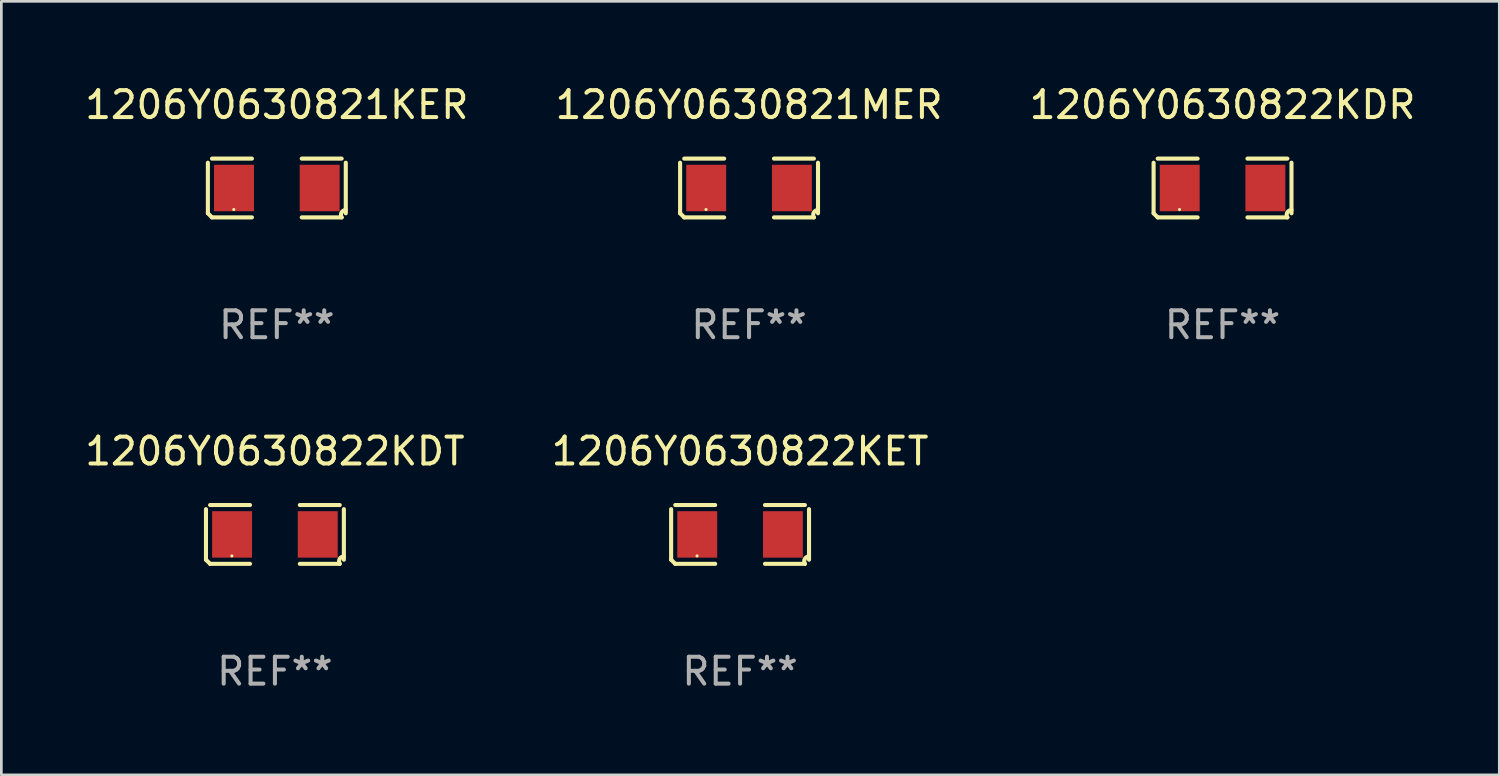
<source format=kicad_pcb>
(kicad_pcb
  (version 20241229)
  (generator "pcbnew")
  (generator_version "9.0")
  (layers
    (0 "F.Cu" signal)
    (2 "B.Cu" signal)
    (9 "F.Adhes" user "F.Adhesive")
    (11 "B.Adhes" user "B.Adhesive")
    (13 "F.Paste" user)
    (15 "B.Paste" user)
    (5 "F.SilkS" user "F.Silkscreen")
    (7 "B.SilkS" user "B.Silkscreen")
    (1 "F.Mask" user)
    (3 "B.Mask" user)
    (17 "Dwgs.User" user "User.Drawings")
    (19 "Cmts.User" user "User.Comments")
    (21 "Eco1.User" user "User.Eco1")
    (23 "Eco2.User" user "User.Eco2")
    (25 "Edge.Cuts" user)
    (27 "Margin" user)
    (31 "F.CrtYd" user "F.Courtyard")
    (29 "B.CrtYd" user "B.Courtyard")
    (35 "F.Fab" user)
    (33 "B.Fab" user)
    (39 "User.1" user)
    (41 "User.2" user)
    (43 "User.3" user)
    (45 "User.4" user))
  (footprint "1206Y0630821KER"
    (layer "F.Cu")
    (at 7.244 3.941)
    (property "Reference" "1206Y0630821KER" (at 0 -3.093 0) (layer "F.SilkS") (effects (font (size 1 1) (thickness 0.15))))
    (attr through_hole)
    (fp_line (start -2.564 0.94) (end -2.564 -0.94) (stroke (width 0.152) (type solid)) (layer "F.SilkS"))
    (fp_line (start -2.411 -1.093) (end -0.926 -1.093) (stroke (width 0.152) (type solid)) (layer "F.SilkS"))
    (fp_line (start -0.926 1.093) (end -2.411 1.093) (stroke (width 0.152) (type solid)) (layer "F.SilkS"))
    (fp_line (start 0.926 1.093) (end 2.411 1.093) (stroke (width 0.152) (type solid)) (layer "F.SilkS"))
    (fp_line (start 2.411 -1.093) (end 0.926 -1.093) (stroke (width 0.152) (type solid)) (layer "F.SilkS"))
    (fp_line (start 2.564 0.94) (end 2.564 -0.94) (stroke (width 0.152) (type solid)) (layer "F.SilkS"))
    (fp_arc (start -2.411201 1.092609) (mid -2.487413 1.01642) (end -2.563602 0.940208) (stroke (width 0.1524) (type solid)) (layer "F.SilkS"))
    (fp_arc (start 2.411201 1.092609) (mid 2.407159 0.911226) (end 2.563602 0.819347) (stroke (width 0.1524) (type solid)) (layer "F.SilkS"))
    (fp_circle (center -1.6 0.8) (end -1.57 0.8) (stroke (width 0.06) (type solid)) (fill no) (layer "F.SilkS"))
    (fp_text user "REF**" (at 0 5.093 0) (layer "F.Fab") (effects (font (size 1 1) (thickness 0.15))))
    (pad "1" smd rect (at -1.593 0) (size 1.485 1.728) (layers "F.Cu" "F.Mask" "F.Paste"))
    (pad "2" smd rect (at 1.593 0) (size 1.485 1.728) (layers "F.Cu" "F.Mask" "F.Paste")))
  (footprint "1206Y0630822KDT"
    (layer "F.Cu")
    (at 7.173 16.823)
    (property "Reference" "1206Y0630822KDT" (at 0 -3.093 0) (layer "F.SilkS") (effects (font (size 1 1) (thickness 0.15))))
    (attr through_hole)
    (fp_line (start -2.564 0.94) (end -2.564 -0.94) (stroke (width 0.152) (type solid)) (layer "F.SilkS"))
    (fp_line (start -2.411 -1.093) (end -0.926 -1.093) (stroke (width 0.152) (type solid)) (layer "F.SilkS"))
    (fp_line (start -0.926 1.093) (end -2.411 1.093) (stroke (width 0.152) (type solid)) (layer "F.SilkS"))
    (fp_line (start 0.926 1.093) (end 2.411 1.093) (stroke (width 0.152) (type solid)) (layer "F.SilkS"))
    (fp_line (start 2.411 -1.093) (end 0.926 -1.093) (stroke (width 0.152) (type solid)) (layer "F.SilkS"))
    (fp_line (start 2.564 0.94) (end 2.564 -0.94) (stroke (width 0.152) (type solid)) (layer "F.SilkS"))
    (fp_arc (start -2.411201 1.092609) (mid -2.487413 1.01642) (end -2.563602 0.940208) (stroke (width 0.1524) (type solid)) (layer "F.SilkS"))
    (fp_arc (start 2.411201 1.092609) (mid 2.407159 0.911226) (end 2.563602 0.819347) (stroke (width 0.1524) (type solid)) (layer "F.SilkS"))
    (fp_circle (center -1.6 0.8) (end -1.57 0.8) (stroke (width 0.06) (type solid)) (fill no) (layer "F.SilkS"))
    (fp_text user "REF**" (at 0 5.093 0) (layer "F.Fab") (effects (font (size 1 1) (thickness 0.15))))
    (pad "1" smd rect (at -1.593 0) (size 1.485 1.728) (layers "F.Cu" "F.Mask" "F.Paste"))
    (pad "2" smd rect (at 1.593 0) (size 1.485 1.728) (layers "F.Cu" "F.Mask" "F.Paste")))
  (footprint "1206Y0630822KET"
    (layer "F.Cu")
    (at 24.47 16.823)
    (property "Reference" "1206Y0630822KET" (at 0 -3.093 0) (layer "F.SilkS") (effects (font (size 1 1) (thickness 0.15))))
    (attr through_hole)
    (fp_line (start -2.564 0.94) (end -2.564 -0.94) (stroke (width 0.152) (type solid)) (layer "F.SilkS"))
    (fp_line (start -2.411 -1.093) (end -0.926 -1.093) (stroke (width 0.152) (type solid)) (layer "F.SilkS"))
    (fp_line (start -0.926 1.093) (end -2.411 1.093) (stroke (width 0.152) (type solid)) (layer "F.SilkS"))
    (fp_line (start 0.926 1.093) (end 2.411 1.093) (stroke (width 0.152) (type solid)) (layer "F.SilkS"))
    (fp_line (start 2.411 -1.093) (end 0.926 -1.093) (stroke (width 0.152) (type solid)) (layer "F.SilkS"))
    (fp_line (start 2.564 0.94) (end 2.564 -0.94) (stroke (width 0.152) (type solid)) (layer "F.SilkS"))
    (fp_arc (start -2.411201 1.092609) (mid -2.487413 1.01642) (end -2.563602 0.940208) (stroke (width 0.1524) (type solid)) (layer "F.SilkS"))
    (fp_arc (start 2.411201 1.092609) (mid 2.407159 0.911226) (end 2.563602 0.819347) (stroke (width 0.1524) (type solid)) (layer "F.SilkS"))
    (fp_circle (center -1.6 0.8) (end -1.57 0.8) (stroke (width 0.06) (type solid)) (fill no) (layer "F.SilkS"))
    (fp_text user "REF**" (at 0 5.093 0) (layer "F.Fab") (effects (font (size 1 1) (thickness 0.15))))
    (pad "1" smd rect (at -1.593 0) (size 1.485 1.728) (layers "F.Cu" "F.Mask" "F.Paste"))
    (pad "2" smd rect (at 1.593 0) (size 1.485 1.728) (layers "F.Cu" "F.Mask" "F.Paste")))
  (footprint "1206Y0630821MER"
    (layer "F.Cu")
    (at 24.804 3.941)
    (property "Reference" "1206Y0630821MER" (at 0 -3.093 0) (layer "F.SilkS") (effects (font (size 1 1) (thickness 0.15))))
    (attr through_hole)
    (fp_line (start -2.564 0.94) (end -2.564 -0.94) (stroke (width 0.152) (type solid)) (layer "F.SilkS"))
    (fp_line (start -2.411 -1.093) (end -0.926 -1.093) (stroke (width 0.152) (type solid)) (layer "F.SilkS"))
    (fp_line (start -0.926 1.093) (end -2.411 1.093) (stroke (width 0.152) (type solid)) (layer "F.SilkS"))
    (fp_line (start 0.926 1.093) (end 2.411 1.093) (stroke (width 0.152) (type solid)) (layer "F.SilkS"))
    (fp_line (start 2.411 -1.093) (end 0.926 -1.093) (stroke (width 0.152) (type solid)) (layer "F.SilkS"))
    (fp_line (start 2.564 0.94) (end 2.564 -0.94) (stroke (width 0.152) (type solid)) (layer "F.SilkS"))
    (fp_arc (start -2.411201 1.092609) (mid -2.487413 1.01642) (end -2.563602 0.940208) (stroke (width 0.1524) (type solid)) (layer "F.SilkS"))
    (fp_arc (start 2.411201 1.092609) (mid 2.407159 0.911226) (end 2.563602 0.819347) (stroke (width 0.1524) (type solid)) (layer "F.SilkS"))
    (fp_circle (center -1.6 0.8) (end -1.57 0.8) (stroke (width 0.06) (type solid)) (fill no) (layer "F.SilkS"))
    (fp_text user "REF**" (at 0 5.093 0) (layer "F.Fab") (effects (font (size 1 1) (thickness 0.15))))
    (pad "1" smd rect (at -1.593 0) (size 1.485 1.728) (layers "F.Cu" "F.Mask" "F.Paste"))
    (pad "2" smd rect (at 1.593 0) (size 1.485 1.728) (layers "F.Cu" "F.Mask" "F.Paste")))
  (footprint "1206Y0630822KDR"
    (layer "F.Cu")
    (at 42.411 3.941)
    (property "Reference" "1206Y0630822KDR" (at 0 -3.093 0) (layer "F.SilkS") (effects (font (size 1 1) (thickness 0.15))))
    (attr through_hole)
    (fp_line (start -2.564 0.94) (end -2.564 -0.94) (stroke (width 0.152) (type solid)) (layer "F.SilkS"))
    (fp_line (start -2.411 -1.093) (end -0.926 -1.093) (stroke (width 0.152) (type solid)) (layer "F.SilkS"))
    (fp_line (start -0.926 1.093) (end -2.411 1.093) (stroke (width 0.152) (type solid)) (layer "F.SilkS"))
    (fp_line (start 0.926 1.093) (end 2.411 1.093) (stroke (width 0.152) (type solid)) (layer "F.SilkS"))
    (fp_line (start 2.411 -1.093) (end 0.926 -1.093) (stroke (width 0.152) (type solid)) (layer "F.SilkS"))
    (fp_line (start 2.564 0.94) (end 2.564 -0.94) (stroke (width 0.152) (type solid)) (layer "F.SilkS"))
    (fp_arc (start -2.411201 1.092609) (mid -2.487413 1.01642) (end -2.563602 0.940208) (stroke (width 0.1524) (type solid)) (layer "F.SilkS"))
    (fp_arc (start 2.411201 1.092609) (mid 2.407159 0.911226) (end 2.563602 0.819347) (stroke (width 0.1524) (type solid)) (layer "F.SilkS"))
    (fp_circle (center -1.6 0.8) (end -1.57 0.8) (stroke (width 0.06) (type solid)) (fill no) (layer "F.SilkS"))
    (fp_text user "REF**" (at 0 5.093 0) (layer "F.Fab") (effects (font (size 1 1) (thickness 0.15))))
    (pad "1" smd rect (at -1.593 0) (size 1.485 1.728) (layers "F.Cu" "F.Mask" "F.Paste"))
    (pad "2" smd rect (at 1.593 0) (size 1.485 1.728) (layers "F.Cu" "F.Mask" "F.Paste")))
  (gr_rect
    (start -3 -3)
    (end 52.702 25.763)
    (stroke (width 0.1) (type default))
    (fill no)
    (layer "Edge.Cuts")))
</source>
